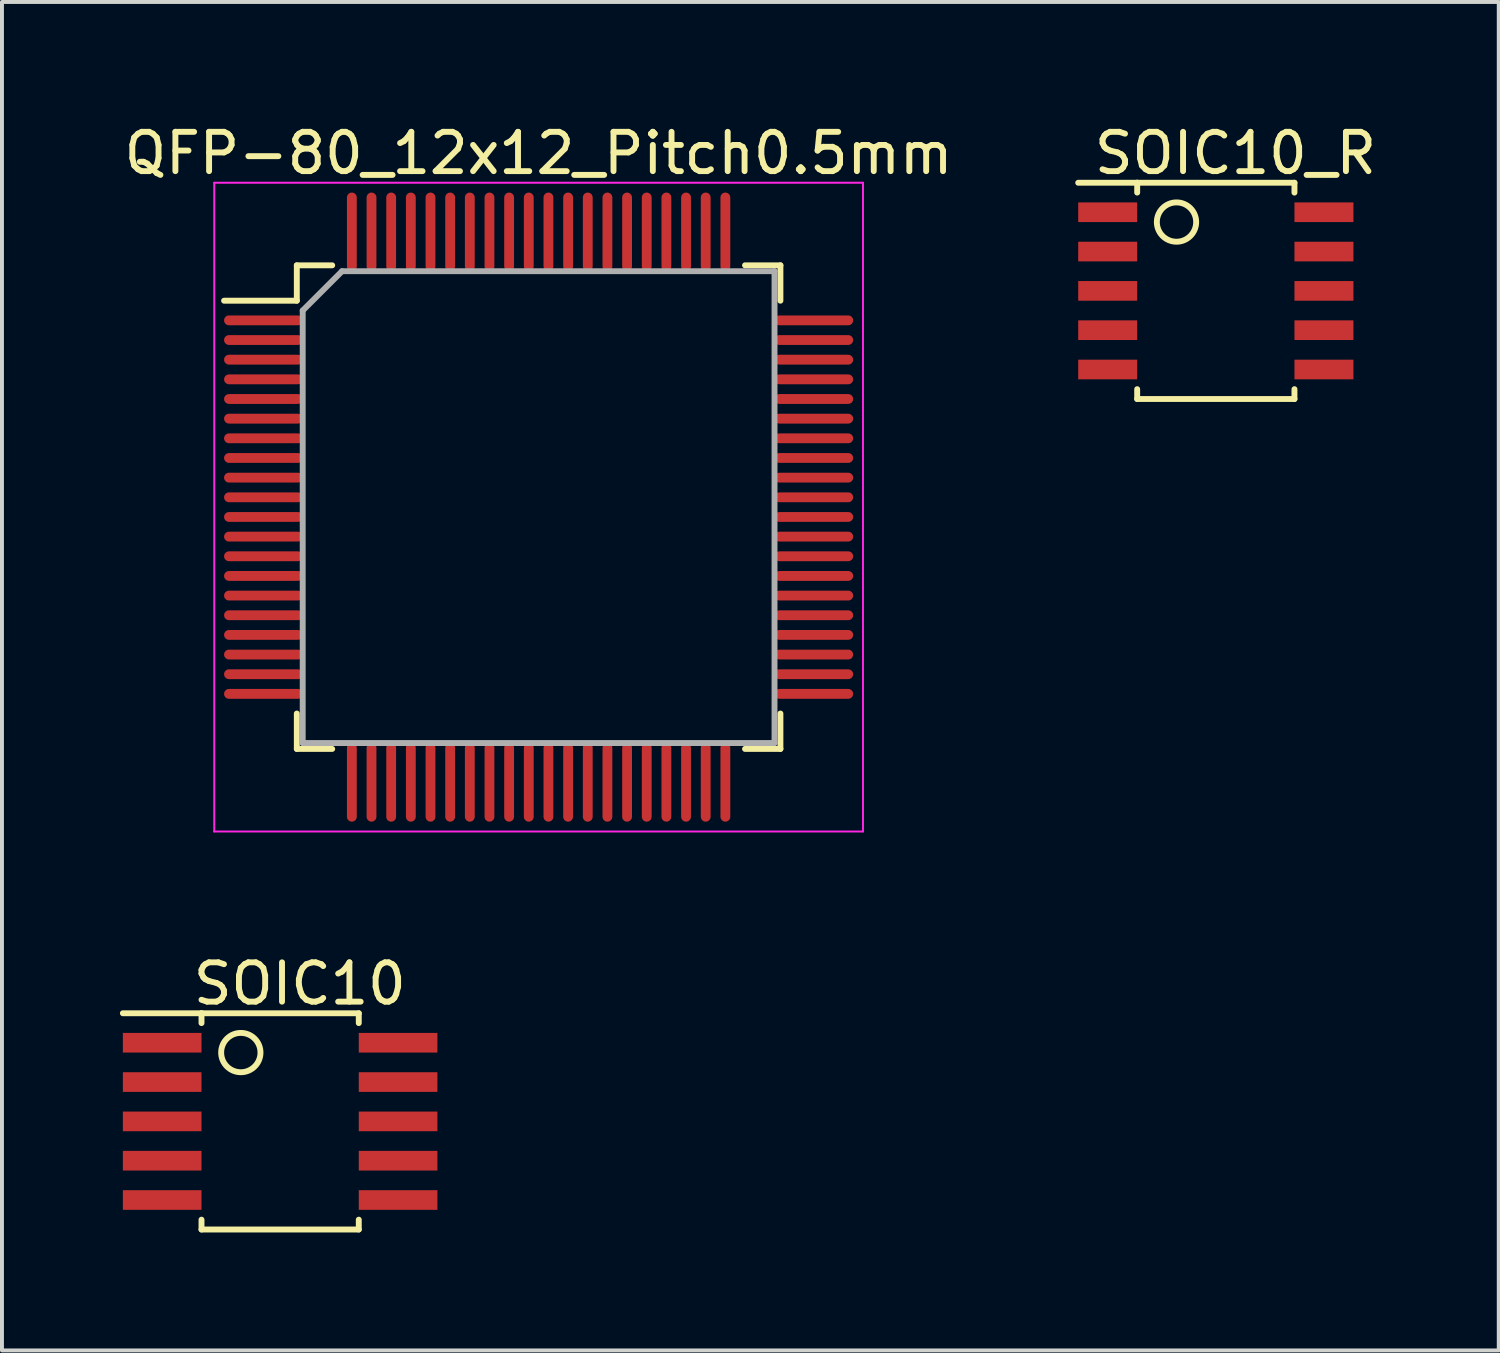
<source format=kicad_pcb>
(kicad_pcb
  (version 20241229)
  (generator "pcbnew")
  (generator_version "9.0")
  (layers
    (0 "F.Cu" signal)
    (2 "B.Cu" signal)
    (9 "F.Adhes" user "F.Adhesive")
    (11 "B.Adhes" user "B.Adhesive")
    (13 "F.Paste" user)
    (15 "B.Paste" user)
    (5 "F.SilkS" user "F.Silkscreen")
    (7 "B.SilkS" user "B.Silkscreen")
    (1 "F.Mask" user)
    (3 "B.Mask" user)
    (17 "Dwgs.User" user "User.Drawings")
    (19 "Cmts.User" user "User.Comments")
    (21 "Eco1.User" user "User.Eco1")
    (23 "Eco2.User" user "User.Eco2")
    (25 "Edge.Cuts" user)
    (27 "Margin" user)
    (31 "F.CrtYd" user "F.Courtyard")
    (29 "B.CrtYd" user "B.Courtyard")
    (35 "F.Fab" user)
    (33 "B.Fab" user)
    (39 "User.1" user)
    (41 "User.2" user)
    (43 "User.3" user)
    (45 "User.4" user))
  (footprint "SOIC10_R"
    (layer "F.Cu")
    (at 27.873 4.348)
    (property "Reference" "SOIC10_R" (at 0.5 -3.5 0) (layer "F.SilkS") (effects (font (size 1 1) (thickness 0.15))))
    (attr through_hole)
    (fp_line (start -2 -2.75) (end -3.5 -2.75) (stroke (width 0.15) (type solid)) (layer "F.SilkS"))
    (fp_line (start -2 -2.75) (end 2 -2.75) (stroke (width 0.15) (type solid)) (layer "F.SilkS"))
    (fp_line (start -2 -2.5) (end -2 -2.75) (stroke (width 0.15) (type solid)) (layer "F.SilkS"))
    (fp_line (start -2 2.5) (end -2 2.75) (stroke (width 0.15) (type solid)) (layer "F.SilkS"))
    (fp_line (start -2 2.75) (end 2 2.75) (stroke (width 0.15) (type solid)) (layer "F.SilkS"))
    (fp_line (start 2 -2.75) (end 2 -2.5) (stroke (width 0.15) (type solid)) (layer "F.SilkS"))
    (fp_line (start 2 2.75) (end 2 2.5) (stroke (width 0.15) (type solid)) (layer "F.SilkS"))
    (fp_circle (center -1 -1.75) (end -0.5 -1.75) (stroke (width 0.15) (type solid)) (fill no) (layer "F.SilkS"))
    (pad "1" smd rect (at -2.75 -2) (size 1.5 0.5) (layers "F.Cu" "F.Mask" "F.Paste"))
    (pad "2" smd rect (at -2.75 -1) (size 1.5 0.5) (layers "F.Cu" "F.Mask" "F.Paste"))
    (pad "3" smd rect (at -2.75 0) (size 1.5 0.5) (layers "F.Cu" "F.Mask" "F.Paste"))
    (pad "4" smd rect (at -2.75 1) (size 1.5 0.5) (layers "F.Cu" "F.Mask" "F.Paste"))
    (pad "5" smd rect (at -2.75 2) (size 1.5 0.5) (layers "F.Cu" "F.Mask" "F.Paste"))
    (pad "6" smd rect (at 2.75 2) (size 1.5 0.5) (layers "F.Cu" "F.Mask" "F.Paste"))
    (pad "7" smd rect (at 2.75 1) (size 1.5 0.5) (layers "F.Cu" "F.Mask" "F.Paste"))
    (pad "8" smd rect (at 2.75 0) (size 1.5 0.5) (layers "F.Cu" "F.Mask" "F.Paste"))
    (pad "9" smd rect (at 2.75 -1) (size 1.5 0.5) (layers "F.Cu" "F.Mask" "F.Paste"))
    (pad "10" smd rect (at 2.75 -2) (size 1.5 0.5) (layers "F.Cu" "F.Mask" "F.Paste")))
  (footprint "QFP-80_12x12_Pitch0.5mm"
    (layer "F.Cu")
    (at 10.649 9.848)
    (property "Reference" "QFP-80_12x12_Pitch0.5mm" (at 0 -9 0) (layer "F.SilkS") (effects (font (size 1 1) (thickness 0.15))))
    (attr smd)
    (fp_line (start -6.15 -6.15) (end -6.15 -5.25) (stroke (width 0.15) (type solid)) (layer "F.SilkS"))
    (fp_line (start -6.15 -5.25) (end -8 -5.25) (stroke (width 0.15) (type solid)) (layer "F.SilkS"))
    (fp_line (start -6.15 6.15) (end -6.15 5.25) (stroke (width 0.15) (type solid)) (layer "F.SilkS"))
    (fp_line (start -5.25 -6.15) (end -6.15 -6.15) (stroke (width 0.15) (type solid)) (layer "F.SilkS"))
    (fp_line (start -5.25 6.15) (end -6.15 6.15) (stroke (width 0.15) (type solid)) (layer "F.SilkS"))
    (fp_line (start 5.25 -6.15) (end 6.15 -6.15) (stroke (width 0.15) (type solid)) (layer "F.SilkS"))
    (fp_line (start 5.25 6.15) (end 6.15 6.15) (stroke (width 0.15) (type solid)) (layer "F.SilkS"))
    (fp_line (start 6.15 -6.15) (end 6.15 -5.25) (stroke (width 0.15) (type solid)) (layer "F.SilkS"))
    (fp_line (start 6.15 6.15) (end 6.15 5.25) (stroke (width 0.15) (type solid)) (layer "F.SilkS"))
    (fp_line (start -8.25 -8.25) (end 8.25 -8.25) (stroke (width 0.05) (type solid)) (layer "F.CrtYd"))
    (fp_line (start -8.25 8.25) (end -8.25 -8.25) (stroke (width 0.05) (type solid)) (layer "F.CrtYd"))
    (fp_line (start 8.25 -8.25) (end 8.25 8.25) (stroke (width 0.05) (type solid)) (layer "F.CrtYd"))
    (fp_line (start 8.25 8.25) (end -8.25 8.25) (stroke (width 0.05) (type solid)) (layer "F.CrtYd"))
    (fp_line (start -6 -5) (end -6 6) (stroke (width 0.15) (type solid)) (layer "F.Fab"))
    (fp_line (start -6 6) (end 6 6) (stroke (width 0.15) (type solid)) (layer "F.Fab"))
    (fp_line (start -5 -6) (end -6 -5) (stroke (width 0.15) (type solid)) (layer "F.Fab"))
    (fp_line (start 6 -6) (end -5 -6) (stroke (width 0.15) (type solid)) (layer "F.Fab"))
    (fp_line (start 6 6) (end 6 -6) (stroke (width 0.15) (type solid)) (layer "F.Fab"))
    (pad "1" smd oval (at -7 -4.75 90) (size 0.25 2) (layers "F.Cu" "F.Mask" "F.Paste"))
    (pad "2" smd oval (at -7 -4.25 90) (size 0.25 2) (layers "F.Cu" "F.Mask" "F.Paste"))
    (pad "3" smd oval (at -7 -3.75 90) (size 0.25 2) (layers "F.Cu" "F.Mask" "F.Paste"))
    (pad "4" smd oval (at -7 -3.25 90) (size 0.25 2) (layers "F.Cu" "F.Mask" "F.Paste"))
    (pad "5" smd oval (at -7 -2.75 90) (size 0.25 2) (layers "F.Cu" "F.Mask" "F.Paste"))
    (pad "6" smd oval (at -7 -2.25 90) (size 0.25 2) (layers "F.Cu" "F.Mask" "F.Paste"))
    (pad "7" smd oval (at -7 -1.75 90) (size 0.25 2) (layers "F.Cu" "F.Mask" "F.Paste"))
    (pad "8" smd oval (at -7 -1.25 90) (size 0.25 2) (layers "F.Cu" "F.Mask" "F.Paste"))
    (pad "9" smd oval (at -7 -0.75 90) (size 0.25 2) (layers "F.Cu" "F.Mask" "F.Paste"))
    (pad "10" smd oval (at -7 -0.25 90) (size 0.25 2) (layers "F.Cu" "F.Mask" "F.Paste"))
    (pad "11" smd oval (at -7 0.25 90) (size 0.25 2) (layers "F.Cu" "F.Mask" "F.Paste"))
    (pad "12" smd oval (at -7 0.75 90) (size 0.25 2) (layers "F.Cu" "F.Mask" "F.Paste"))
    (pad "13" smd oval (at -7 1.25 90) (size 0.25 2) (layers "F.Cu" "F.Mask" "F.Paste"))
    (pad "14" smd oval (at -7 1.75 90) (size 0.25 2) (layers "F.Cu" "F.Mask" "F.Paste"))
    (pad "15" smd oval (at -7 2.25 90) (size 0.25 2) (layers "F.Cu" "F.Mask" "F.Paste"))
    (pad "16" smd oval (at -7 2.75 90) (size 0.25 2) (layers "F.Cu" "F.Mask" "F.Paste"))
    (pad "17" smd oval (at -7 3.25 90) (size 0.25 2) (layers "F.Cu" "F.Mask" "F.Paste"))
    (pad "18" smd oval (at -7 3.75 90) (size 0.25 2) (layers "F.Cu" "F.Mask" "F.Paste"))
    (pad "19" smd oval (at -7 4.25 90) (size 0.25 2) (layers "F.Cu" "F.Mask" "F.Paste"))
    (pad "20" smd oval (at -7 4.75 90) (size 0.25 2) (layers "F.Cu" "F.Mask" "F.Paste"))
    (pad "21" smd oval (at -4.75 7) (size 0.25 2) (layers "F.Cu" "F.Mask" "F.Paste"))
    (pad "22" smd oval (at -4.25 7) (size 0.25 2) (layers "F.Cu" "F.Mask" "F.Paste"))
    (pad "23" smd oval (at -3.75 7) (size 0.25 2) (layers "F.Cu" "F.Mask" "F.Paste"))
    (pad "24" smd oval (at -3.25 7) (size 0.25 2) (layers "F.Cu" "F.Mask" "F.Paste"))
    (pad "25" smd oval (at -2.75 7) (size 0.25 2) (layers "F.Cu" "F.Mask" "F.Paste"))
    (pad "26" smd oval (at -2.25 7) (size 0.25 2) (layers "F.Cu" "F.Mask" "F.Paste"))
    (pad "27" smd oval (at -1.75 7) (size 0.25 2) (layers "F.Cu" "F.Mask" "F.Paste"))
    (pad "28" smd oval (at -1.25 7) (size 0.25 2) (layers "F.Cu" "F.Mask" "F.Paste"))
    (pad "29" smd oval (at -0.75 7) (size 0.25 2) (layers "F.Cu" "F.Mask" "F.Paste"))
    (pad "30" smd oval (at -0.25 7) (size 0.25 2) (layers "F.Cu" "F.Mask" "F.Paste"))
    (pad "31" smd oval (at 0.25 7) (size 0.25 2) (layers "F.Cu" "F.Mask" "F.Paste"))
    (pad "32" smd oval (at 0.75 7) (size 0.25 2) (layers "F.Cu" "F.Mask" "F.Paste"))
    (pad "33" smd oval (at 1.25 7) (size 0.25 2) (layers "F.Cu" "F.Mask" "F.Paste"))
    (pad "34" smd oval (at 1.75 7) (size 0.25 2) (layers "F.Cu" "F.Mask" "F.Paste"))
    (pad "35" smd oval (at 2.25 7) (size 0.25 2) (layers "F.Cu" "F.Mask" "F.Paste"))
    (pad "36" smd oval (at 2.75 7) (size 0.25 2) (layers "F.Cu" "F.Mask" "F.Paste"))
    (pad "37" smd oval (at 3.25 7) (size 0.25 2) (layers "F.Cu" "F.Mask" "F.Paste"))
    (pad "38" smd oval (at 3.75 7) (size 0.25 2) (layers "F.Cu" "F.Mask" "F.Paste"))
    (pad "39" smd oval (at 4.25 7) (size 0.25 2) (layers "F.Cu" "F.Mask" "F.Paste"))
    (pad "40" smd oval (at 4.75 7) (size 0.25 2) (layers "F.Cu" "F.Mask" "F.Paste"))
    (pad "41" smd oval (at 7 4.75 90) (size 0.25 2) (layers "F.Cu" "F.Mask" "F.Paste"))
    (pad "42" smd oval (at 7 4.25 90) (size 0.25 2) (layers "F.Cu" "F.Mask" "F.Paste"))
    (pad "43" smd oval (at 7 3.75 90) (size 0.25 2) (layers "F.Cu" "F.Mask" "F.Paste"))
    (pad "44" smd oval (at 7 3.25 90) (size 0.25 2) (layers "F.Cu" "F.Mask" "F.Paste"))
    (pad "45" smd oval (at 7 2.75 90) (size 0.25 2) (layers "F.Cu" "F.Mask" "F.Paste"))
    (pad "46" smd oval (at 7 2.25 90) (size 0.25 2) (layers "F.Cu" "F.Mask" "F.Paste"))
    (pad "47" smd oval (at 7 1.75 90) (size 0.25 2) (layers "F.Cu" "F.Mask" "F.Paste"))
    (pad "48" smd oval (at 7 1.25 90) (size 0.25 2) (layers "F.Cu" "F.Mask" "F.Paste"))
    (pad "49" smd oval (at 7 0.75 90) (size 0.25 2) (layers "F.Cu" "F.Mask" "F.Paste"))
    (pad "50" smd oval (at 7 0.25 90) (size 0.25 2) (layers "F.Cu" "F.Mask" "F.Paste"))
    (pad "51" smd oval (at 7 -0.25 90) (size 0.25 2) (layers "F.Cu" "F.Mask" "F.Paste"))
    (pad "52" smd oval (at 7 -0.75 90) (size 0.25 2) (layers "F.Cu" "F.Mask" "F.Paste"))
    (pad "53" smd oval (at 7 -1.25 90) (size 0.25 2) (layers "F.Cu" "F.Mask" "F.Paste"))
    (pad "54" smd oval (at 7 -1.75 90) (size 0.25 2) (layers "F.Cu" "F.Mask" "F.Paste"))
    (pad "55" smd oval (at 7 -2.25 90) (size 0.25 2) (layers "F.Cu" "F.Mask" "F.Paste"))
    (pad "56" smd oval (at 7 -2.75 90) (size 0.25 2) (layers "F.Cu" "F.Mask" "F.Paste"))
    (pad "57" smd oval (at 7 -3.25 90) (size 0.25 2) (layers "F.Cu" "F.Mask" "F.Paste"))
    (pad "58" smd oval (at 7 -3.75 90) (size 0.25 2) (layers "F.Cu" "F.Mask" "F.Paste"))
    (pad "59" smd oval (at 7 -4.25 90) (size 0.25 2) (layers "F.Cu" "F.Mask" "F.Paste"))
    (pad "60" smd oval (at 7 -4.75 90) (size 0.25 2) (layers "F.Cu" "F.Mask" "F.Paste"))
    (pad "61" smd oval (at 4.75 -7) (size 0.25 2) (layers "F.Cu" "F.Mask" "F.Paste"))
    (pad "62" smd oval (at 4.25 -7) (size 0.25 2) (layers "F.Cu" "F.Mask" "F.Paste"))
    (pad "63" smd oval (at 3.75 -7) (size 0.25 2) (layers "F.Cu" "F.Mask" "F.Paste"))
    (pad "64" smd oval (at 3.25 -7) (size 0.25 2) (layers "F.Cu" "F.Mask" "F.Paste"))
    (pad "65" smd oval (at 2.75 -7) (size 0.25 2) (layers "F.Cu" "F.Mask" "F.Paste"))
    (pad "66" smd oval (at 2.25 -7) (size 0.25 2) (layers "F.Cu" "F.Mask" "F.Paste"))
    (pad "67" smd oval (at 1.75 -7) (size 0.25 2) (layers "F.Cu" "F.Mask" "F.Paste"))
    (pad "68" smd oval (at 1.25 -7) (size 0.25 2) (layers "F.Cu" "F.Mask" "F.Paste"))
    (pad "69" smd oval (at 0.75 -7) (size 0.25 2) (layers "F.Cu" "F.Mask" "F.Paste"))
    (pad "70" smd oval (at 0.25 -7) (size 0.25 2) (layers "F.Cu" "F.Mask" "F.Paste"))
    (pad "71" smd oval (at -0.25 -7) (size 0.25 2) (layers "F.Cu" "F.Mask" "F.Paste"))
    (pad "72" smd oval (at -0.75 -7) (size 0.25 2) (layers "F.Cu" "F.Mask" "F.Paste"))
    (pad "73" smd oval (at -1.25 -7) (size 0.25 2) (layers "F.Cu" "F.Mask" "F.Paste"))
    (pad "74" smd oval (at -1.75 -7) (size 0.25 2) (layers "F.Cu" "F.Mask" "F.Paste"))
    (pad "75" smd oval (at -2.25 -7) (size 0.25 2) (layers "F.Cu" "F.Mask" "F.Paste"))
    (pad "76" smd oval (at -2.75 -7) (size 0.25 2) (layers "F.Cu" "F.Mask" "F.Paste"))
    (pad "77" smd oval (at -3.25 -7) (size 0.25 2) (layers "F.Cu" "F.Mask" "F.Paste"))
    (pad "78" smd oval (at -3.75 -7) (size 0.25 2) (layers "F.Cu" "F.Mask" "F.Paste"))
    (pad "79" smd oval (at -4.25 -7) (size 0.25 2) (layers "F.Cu" "F.Mask" "F.Paste"))
    (pad "80" smd oval (at -4.75 -7) (size 0.25 2) (layers "F.Cu" "F.Mask" "F.Paste")))
  (footprint "SOIC10"
    (layer "F.Cu")
    (at 4.075 25.471)
    (property "Reference" "SOIC10" (at 0.5 -3.5 0) (layer "F.SilkS") (effects (font (size 1 1) (thickness 0.15))))
    (attr through_hole)
    (fp_line (start -2 -2.75) (end -4 -2.75) (stroke (width 0.15) (type solid)) (layer "F.SilkS"))
    (fp_line (start -2 -2.75) (end 2 -2.75) (stroke (width 0.15) (type solid)) (layer "F.SilkS"))
    (fp_line (start -2 -2.5) (end -2 -2.75) (stroke (width 0.15) (type solid)) (layer "F.SilkS"))
    (fp_line (start -2 2.5) (end -2 2.75) (stroke (width 0.15) (type solid)) (layer "F.SilkS"))
    (fp_line (start -2 2.75) (end 2 2.75) (stroke (width 0.15) (type solid)) (layer "F.SilkS"))
    (fp_line (start 2 -2.75) (end 2 -2.5) (stroke (width 0.15) (type solid)) (layer "F.SilkS"))
    (fp_line (start 2 2.75) (end 2 2.5) (stroke (width 0.15) (type solid)) (layer "F.SilkS"))
    (fp_circle (center -1 -1.75) (end -0.5 -1.75) (stroke (width 0.15) (type solid)) (fill no) (layer "F.SilkS"))
    (pad "1" smd rect (at -3 -2) (size 2 0.5) (layers "F.Cu" "F.Mask" "F.Paste"))
    (pad "2" smd rect (at -3 -1) (size 2 0.5) (layers "F.Cu" "F.Mask" "F.Paste"))
    (pad "3" smd rect (at -3 0) (size 2 0.5) (layers "F.Cu" "F.Mask" "F.Paste"))
    (pad "4" smd rect (at -3 1) (size 2 0.5) (layers "F.Cu" "F.Mask" "F.Paste"))
    (pad "5" smd rect (at -3 2) (size 2 0.5) (layers "F.Cu" "F.Mask" "F.Paste"))
    (pad "6" smd rect (at 3 2) (size 2 0.5) (layers "F.Cu" "F.Mask" "F.Paste"))
    (pad "7" smd rect (at 3 1) (size 2 0.5) (layers "F.Cu" "F.Mask" "F.Paste"))
    (pad "8" smd rect (at 3 0) (size 2 0.5) (layers "F.Cu" "F.Mask" "F.Paste"))
    (pad "9" smd rect (at 3 -1) (size 2 0.5) (layers "F.Cu" "F.Mask" "F.Paste"))
    (pad "10" smd rect (at 3 -2) (size 2 0.5) (layers "F.Cu" "F.Mask" "F.Paste")))
  (gr_rect
    (start -3 -3)
    (end 35.069 31.297)
    (stroke (width 0.1) (type default))
    (fill no)
    (layer "Edge.Cuts")))
</source>
